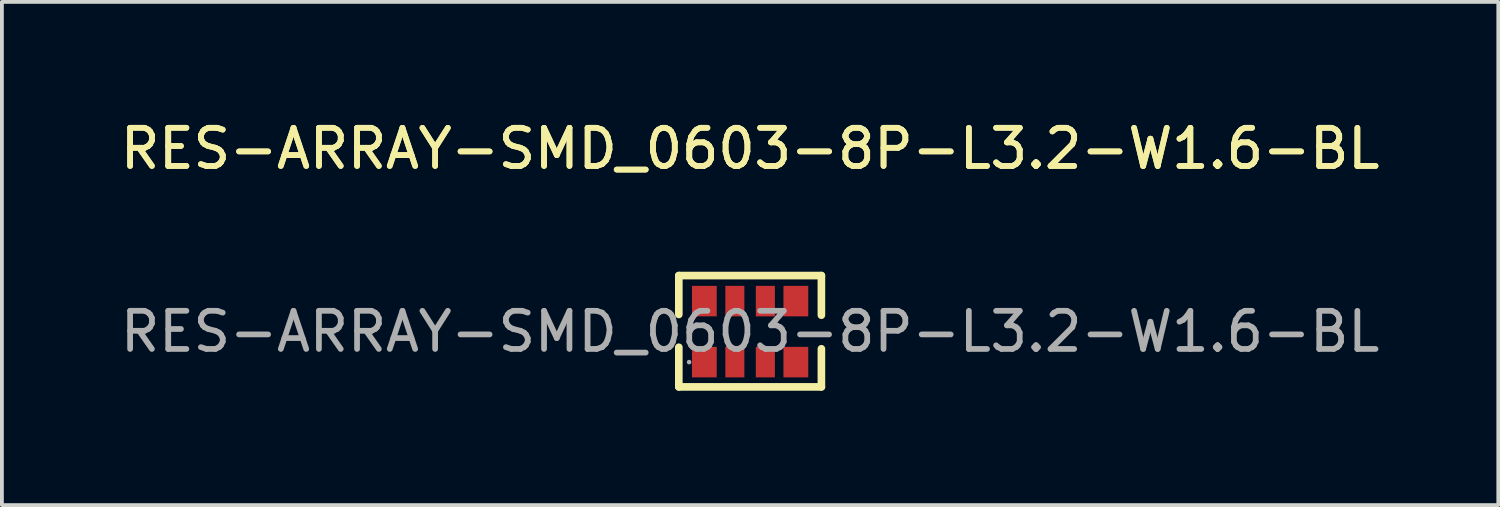
<source format=kicad_pcb>
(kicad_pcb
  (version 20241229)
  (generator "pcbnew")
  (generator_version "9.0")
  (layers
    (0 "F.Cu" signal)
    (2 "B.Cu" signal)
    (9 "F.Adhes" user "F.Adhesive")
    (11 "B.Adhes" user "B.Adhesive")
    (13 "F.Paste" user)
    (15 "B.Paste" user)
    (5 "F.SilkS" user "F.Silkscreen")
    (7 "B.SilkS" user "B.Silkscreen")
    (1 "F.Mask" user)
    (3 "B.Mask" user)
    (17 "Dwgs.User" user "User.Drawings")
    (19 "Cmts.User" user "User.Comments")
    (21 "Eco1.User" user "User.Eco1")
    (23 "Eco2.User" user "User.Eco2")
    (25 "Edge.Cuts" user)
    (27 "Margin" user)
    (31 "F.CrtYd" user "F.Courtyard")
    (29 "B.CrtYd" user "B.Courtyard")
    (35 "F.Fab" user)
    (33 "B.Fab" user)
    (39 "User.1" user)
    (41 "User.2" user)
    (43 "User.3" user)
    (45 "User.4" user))
  (footprint "RES-ARRAY-SMD_0603-8P-L3.2-W1.6-BL"
    (layer "F.Cu")
    (at 16.625 5.648)
    (property "Reference" "RES-ARRAY-SMD_0603-8P-L3.2-W1.6-BL" (at 0 -4.8 0) (layer "F.SilkS") (effects (font (size 1 1) (thickness 0.15))))
    (attr smd)
    (fp_line (start -1.87 -1.47) (end 1.87 -1.47) (stroke (width 0.2) (type solid)) (layer "F.SilkS"))
    (fp_line (start -1.87 -0.45) (end -1.87 -1.47) (stroke (width 0.2) (type solid)) (layer "F.SilkS"))
    (fp_line (start -1.87 1.45) (end -1.87 0.41) (stroke (width 0.2) (type solid)) (layer "F.SilkS"))
    (fp_line (start 1.87 -1.47) (end 1.87 -0.43) (stroke (width 0.2) (type solid)) (layer "F.SilkS"))
    (fp_line (start 1.87 0.45) (end 1.87 1.45) (stroke (width 0.2) (type solid)) (layer "F.SilkS"))
    (fp_line (start 1.87 1.45) (end -1.87 1.45) (stroke (width 0.2) (type solid)) (layer "F.SilkS"))
    (fp_circle (center -1.6 0.8) (end -1.57 0.8) (stroke (width 0.06) (type solid)) (fill no) (layer "F.Fab"))
    (fp_text user "${REFERENCE}" (at 0 -4.8 0) (layer "F.SilkS") (effects (font (size 1 1) (thickness 0.15))))
    (fp_text user "${REFERENCE}" (at 0 0 0) (layer "F.Fab") (effects (font (size 1 1) (thickness 0.15))))
    (pad "1" smd rect (at -1.2 0.8) (size 0.65 0.8) (layers "F.Cu" "F.Mask" "F.Paste"))
    (pad "2" smd rect (at -0.4 0.8) (size 0.5 0.8) (layers "F.Cu" "F.Mask" "F.Paste"))
    (pad "3" smd rect (at 0.4 0.8) (size 0.5 0.8) (layers "F.Cu" "F.Mask" "F.Paste"))
    (pad "4" smd rect (at 1.2 0.8) (size 0.65 0.8) (layers "F.Cu" "F.Mask" "F.Paste"))
    (pad "5" smd rect (at 1.2 -0.8) (size 0.65 0.8) (layers "F.Cu" "F.Mask" "F.Paste"))
    (pad "6" smd rect (at 0.4 -0.8) (size 0.5 0.8) (layers "F.Cu" "F.Mask" "F.Paste"))
    (pad "7" smd rect (at -0.4 -0.8) (size 0.5 0.8) (layers "F.Cu" "F.Mask" "F.Paste"))
    (pad "8" smd rect (at -1.2 -0.8) (size 0.65 0.8) (layers "F.Cu" "F.Mask" "F.Paste")))
  (gr_rect
    (start -3 -3)
    (end 36.25 10.198)
    (stroke (width 0.1) (type default))
    (fill no)
    (layer "Edge.Cuts")))
</source>
